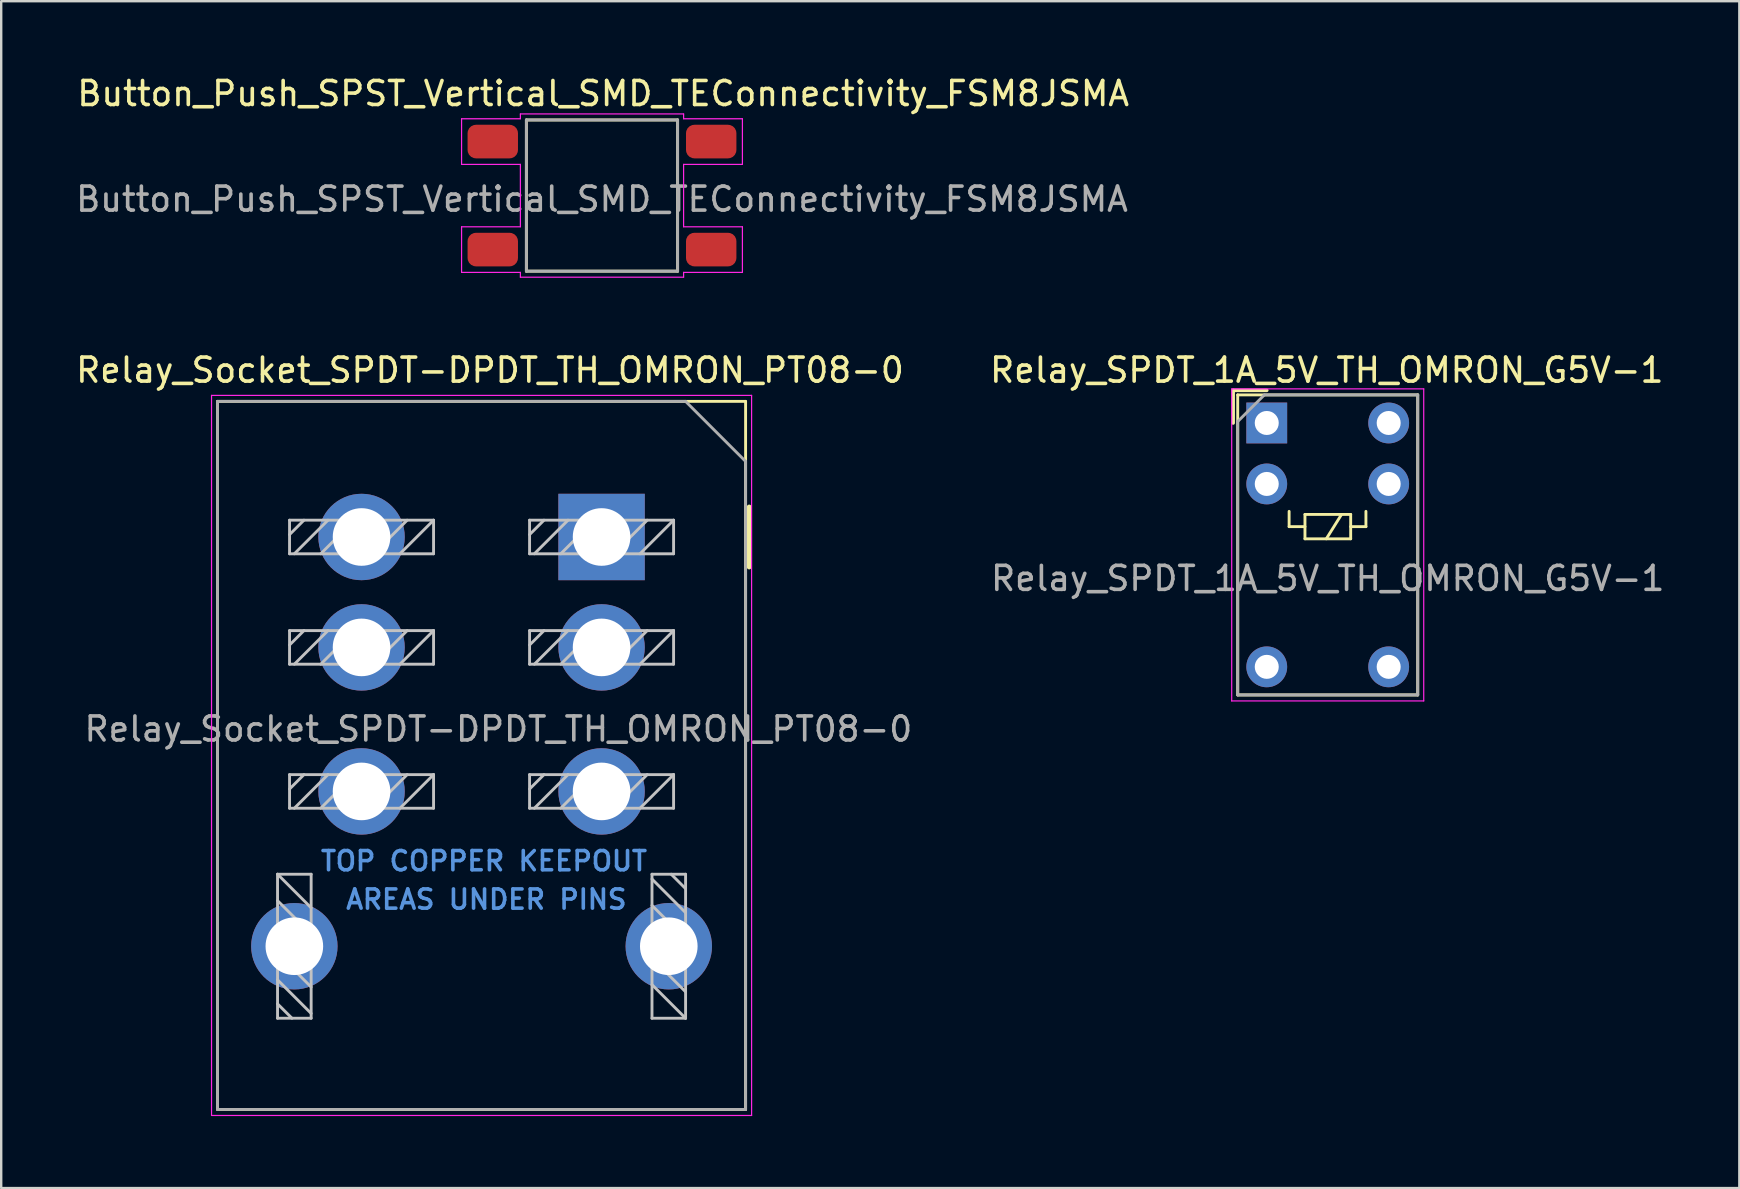
<source format=kicad_pcb>
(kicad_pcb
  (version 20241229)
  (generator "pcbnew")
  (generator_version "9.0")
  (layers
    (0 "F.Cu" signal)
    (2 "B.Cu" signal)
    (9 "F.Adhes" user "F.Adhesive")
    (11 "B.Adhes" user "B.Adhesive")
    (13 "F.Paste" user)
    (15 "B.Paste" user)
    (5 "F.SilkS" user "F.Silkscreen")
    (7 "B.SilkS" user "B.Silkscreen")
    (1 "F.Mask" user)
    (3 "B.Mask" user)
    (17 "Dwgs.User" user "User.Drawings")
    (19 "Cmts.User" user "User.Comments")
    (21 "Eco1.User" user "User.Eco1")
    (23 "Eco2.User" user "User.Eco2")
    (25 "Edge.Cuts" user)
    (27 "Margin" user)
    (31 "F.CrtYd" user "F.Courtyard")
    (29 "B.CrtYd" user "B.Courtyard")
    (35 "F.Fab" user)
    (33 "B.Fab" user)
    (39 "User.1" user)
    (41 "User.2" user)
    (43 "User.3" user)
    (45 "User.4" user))
  (footprint "Relay_Socket_SPDT-DPDT_TH_OMRON_PT08-0"
    (layer "F.Cu")
    (at 22.013 19.322)
    (property "Reference" "Relay_Socket_SPDT-DPDT_TH_OMRON_PT08-0" (at -4.65 -6.95 0) (unlocked yes) (layer "F.SilkS") (effects (font (size 1 1) (thickness 0.15))))
    (attr through_hole)
    (fp_line (start -16 -5.65) (end 6 -5.65) (stroke (width 0.12) (type solid)) (layer "F.SilkS"))
    (fp_line (start -16 23.85) (end -16 -5.65) (stroke (width 0.12) (type solid)) (layer "F.SilkS"))
    (fp_line (start 6 -5.65) (end 6 23.85) (stroke (width 0.12) (type solid)) (layer "F.SilkS"))
    (fp_line (start 6 23.85) (end -16 23.85) (stroke (width 0.12) (type solid)) (layer "F.SilkS"))
    (fp_line (start 6.15 -1.25) (end 6.15 1.25) (stroke (width 0.2) (type solid)) (layer "F.SilkS"))
    (fp_line (start -13.5 14.05) (end -12.1 14.05) (stroke (width 0.12) (type solid)) (layer "Dwgs.User"))
    (fp_line (start -13.5 20.05) (end -13.5 14.05) (stroke (width 0.12) (type solid)) (layer "Dwgs.User"))
    (fp_line (start -13 -0.7) (end -7 -0.7) (stroke (width 0.12) (type solid)) (layer "Dwgs.User"))
    (fp_line (start -13 -0.1) (end -12.4 -0.7) (stroke (width 0.12) (type solid)) (layer "Dwgs.User"))
    (fp_line (start -13 0.7) (end -13 -0.7) (stroke (width 0.12) (type solid)) (layer "Dwgs.User"))
    (fp_line (start -13 3.9) (end -7 3.9) (stroke (width 0.12) (type solid)) (layer "Dwgs.User"))
    (fp_line (start -13 4.5) (end -12.4 3.9) (stroke (width 0.12) (type solid)) (layer "Dwgs.User"))
    (fp_line (start -13 5.3) (end -13 3.9) (stroke (width 0.12) (type solid)) (layer "Dwgs.User"))
    (fp_line (start -13 9.9) (end -7 9.9) (stroke (width 0.12) (type solid)) (layer "Dwgs.User"))
    (fp_line (start -13 10.5) (end -12.4 9.9) (stroke (width 0.12) (type solid)) (layer "Dwgs.User"))
    (fp_line (start -13 11.3) (end -13 9.9) (stroke (width 0.12) (type solid)) (layer "Dwgs.User"))
    (fp_line (start -12.9 20.05) (end -13.5 19.45) (stroke (width 0.12) (type solid)) (layer "Dwgs.User"))
    (fp_line (start -12.8 0.7) (end -11.4 -0.7) (stroke (width 0.12) (type solid)) (layer "Dwgs.User"))
    (fp_line (start -12.8 5.3) (end -11.4 3.9) (stroke (width 0.12) (type solid)) (layer "Dwgs.User"))
    (fp_line (start -12.8 11.3) (end -11.4 9.9) (stroke (width 0.12) (type solid)) (layer "Dwgs.User"))
    (fp_line (start -12.1 14.05) (end -12.1 20.05) (stroke (width 0.12) (type solid)) (layer "Dwgs.User"))
    (fp_line (start -12.1 15.45) (end -13.5 14.05) (stroke (width 0.12) (type solid)) (layer "Dwgs.User"))
    (fp_line (start -12.1 16.55) (end -13.5 15.15) (stroke (width 0.12) (type solid)) (layer "Dwgs.User"))
    (fp_line (start -12.1 17.65) (end -13.5 16.25) (stroke (width 0.12) (type solid)) (layer "Dwgs.User"))
    (fp_line (start -12.1 17.65) (end -13.5 16.25) (stroke (width 0.12) (type solid)) (layer "Dwgs.User"))
    (fp_line (start -12.1 18.75) (end -13.5 17.35) (stroke (width 0.12) (type solid)) (layer "Dwgs.User"))
    (fp_line (start -12.1 19.85) (end -13.5 18.45) (stroke (width 0.12) (type solid)) (layer "Dwgs.User"))
    (fp_line (start -12.1 20.05) (end -13.5 20.05) (stroke (width 0.12) (type solid)) (layer "Dwgs.User"))
    (fp_line (start -11.7 0.7) (end -10.3 -0.7) (stroke (width 0.12) (type solid)) (layer "Dwgs.User"))
    (fp_line (start -11.7 5.3) (end -10.3 3.9) (stroke (width 0.12) (type solid)) (layer "Dwgs.User"))
    (fp_line (start -11.7 11.3) (end -10.3 9.9) (stroke (width 0.12) (type solid)) (layer "Dwgs.User"))
    (fp_line (start -10.6 0.7) (end -9.2 -0.7) (stroke (width 0.12) (type solid)) (layer "Dwgs.User"))
    (fp_line (start -10.6 0.7) (end -9.2 -0.7) (stroke (width 0.12) (type solid)) (layer "Dwgs.User"))
    (fp_line (start -10.6 5.3) (end -9.2 3.9) (stroke (width 0.12) (type solid)) (layer "Dwgs.User"))
    (fp_line (start -10.6 5.3) (end -9.2 3.9) (stroke (width 0.12) (type solid)) (layer "Dwgs.User"))
    (fp_line (start -10.6 11.3) (end -9.2 9.9) (stroke (width 0.12) (type solid)) (layer "Dwgs.User"))
    (fp_line (start -10.6 11.3) (end -9.2 9.9) (stroke (width 0.12) (type solid)) (layer "Dwgs.User"))
    (fp_line (start -9.5 0.7) (end -8.1 -0.7) (stroke (width 0.12) (type solid)) (layer "Dwgs.User"))
    (fp_line (start -9.5 5.3) (end -8.1 3.9) (stroke (width 0.12) (type solid)) (layer "Dwgs.User"))
    (fp_line (start -9.5 11.3) (end -8.1 9.9) (stroke (width 0.12) (type solid)) (layer "Dwgs.User"))
    (fp_line (start -8.4 0.7) (end -7 -0.7) (stroke (width 0.12) (type solid)) (layer "Dwgs.User"))
    (fp_line (start -8.4 5.3) (end -7 3.9) (stroke (width 0.12) (type solid)) (layer "Dwgs.User"))
    (fp_line (start -8.4 11.3) (end -7 9.9) (stroke (width 0.12) (type solid)) (layer "Dwgs.User"))
    (fp_line (start -7 -0.7) (end -7 0.7) (stroke (width 0.12) (type solid)) (layer "Dwgs.User"))
    (fp_line (start -7 0.7) (end -13 0.7) (stroke (width 0.12) (type solid)) (layer "Dwgs.User"))
    (fp_line (start -7 3.9) (end -7 5.3) (stroke (width 0.12) (type solid)) (layer "Dwgs.User"))
    (fp_line (start -7 5.3) (end -13 5.3) (stroke (width 0.12) (type solid)) (layer "Dwgs.User"))
    (fp_line (start -7 9.9) (end -7 11.3) (stroke (width 0.12) (type solid)) (layer "Dwgs.User"))
    (fp_line (start -7 11.3) (end -13 11.3) (stroke (width 0.12) (type solid)) (layer "Dwgs.User"))
    (fp_line (start -3 -0.7) (end 3 -0.7) (stroke (width 0.12) (type solid)) (layer "Dwgs.User"))
    (fp_line (start -3 -0.1) (end -2.4 -0.7) (stroke (width 0.12) (type solid)) (layer "Dwgs.User"))
    (fp_line (start -3 0.7) (end -3 -0.7) (stroke (width 0.12) (type solid)) (layer "Dwgs.User"))
    (fp_line (start -3 3.9) (end 3 3.9) (stroke (width 0.12) (type solid)) (layer "Dwgs.User"))
    (fp_line (start -3 4.5) (end -2.4 3.9) (stroke (width 0.12) (type solid)) (layer "Dwgs.User"))
    (fp_line (start -3 5.3) (end -3 3.9) (stroke (width 0.12) (type solid)) (layer "Dwgs.User"))
    (fp_line (start -3 9.9) (end 3 9.9) (stroke (width 0.12) (type solid)) (layer "Dwgs.User"))
    (fp_line (start -3 10.5) (end -2.4 9.9) (stroke (width 0.12) (type solid)) (layer "Dwgs.User"))
    (fp_line (start -3 11.3) (end -3 9.9) (stroke (width 0.12) (type solid)) (layer "Dwgs.User"))
    (fp_line (start -2.8 0.7) (end -1.4 -0.7) (stroke (width 0.12) (type solid)) (layer "Dwgs.User"))
    (fp_line (start -2.8 5.3) (end -1.4 3.9) (stroke (width 0.12) (type solid)) (layer "Dwgs.User"))
    (fp_line (start -2.8 11.3) (end -1.4 9.9) (stroke (width 0.12) (type solid)) (layer "Dwgs.User"))
    (fp_line (start -1.7 0.7) (end -0.3 -0.7) (stroke (width 0.12) (type solid)) (layer "Dwgs.User"))
    (fp_line (start -1.7 5.3) (end -0.3 3.9) (stroke (width 0.12) (type solid)) (layer "Dwgs.User"))
    (fp_line (start -1.7 11.3) (end -0.3 9.9) (stroke (width 0.12) (type solid)) (layer "Dwgs.User"))
    (fp_line (start -0.6 0.7) (end 0.8 -0.7) (stroke (width 0.12) (type solid)) (layer "Dwgs.User"))
    (fp_line (start -0.6 0.7) (end 0.8 -0.7) (stroke (width 0.12) (type solid)) (layer "Dwgs.User"))
    (fp_line (start -0.6 5.3) (end 0.8 3.9) (stroke (width 0.12) (type solid)) (layer "Dwgs.User"))
    (fp_line (start -0.6 5.3) (end 0.8 3.9) (stroke (width 0.12) (type solid)) (layer "Dwgs.User"))
    (fp_line (start -0.6 11.3) (end 0.8 9.9) (stroke (width 0.12) (type solid)) (layer "Dwgs.User"))
    (fp_line (start -0.6 11.3) (end 0.8 9.9) (stroke (width 0.12) (type solid)) (layer "Dwgs.User"))
    (fp_line (start 0.5 0.7) (end 1.9 -0.7) (stroke (width 0.12) (type solid)) (layer "Dwgs.User"))
    (fp_line (start 0.5 5.3) (end 1.9 3.9) (stroke (width 0.12) (type solid)) (layer "Dwgs.User"))
    (fp_line (start 0.5 11.3) (end 1.9 9.9) (stroke (width 0.12) (type solid)) (layer "Dwgs.User"))
    (fp_line (start 1.6 0.7) (end 3 -0.7) (stroke (width 0.12) (type solid)) (layer "Dwgs.User"))
    (fp_line (start 1.6 5.3) (end 3 3.9) (stroke (width 0.12) (type solid)) (layer "Dwgs.User"))
    (fp_line (start 1.6 11.3) (end 3 9.9) (stroke (width 0.12) (type solid)) (layer "Dwgs.User"))
    (fp_line (start 2.1 14.05) (end 3.5 14.05) (stroke (width 0.12) (type solid)) (layer "Dwgs.User"))
    (fp_line (start 2.1 14.25) (end 3.5 15.65) (stroke (width 0.12) (type solid)) (layer "Dwgs.User"))
    (fp_line (start 2.1 15.35) (end 3.5 16.75) (stroke (width 0.12) (type solid)) (layer "Dwgs.User"))
    (fp_line (start 2.1 16.45) (end 3.5 17.85) (stroke (width 0.12) (type solid)) (layer "Dwgs.User"))
    (fp_line (start 2.1 16.45) (end 3.5 17.85) (stroke (width 0.12) (type solid)) (layer "Dwgs.User"))
    (fp_line (start 2.1 17.55) (end 3.5 18.95) (stroke (width 0.12) (type solid)) (layer "Dwgs.User"))
    (fp_line (start 2.1 18.65) (end 3.5 20.05) (stroke (width 0.12) (type solid)) (layer "Dwgs.User"))
    (fp_line (start 2.1 20.05) (end 2.1 14.05) (stroke (width 0.12) (type solid)) (layer "Dwgs.User"))
    (fp_line (start 2.9 14.05) (end 3.5 14.65) (stroke (width 0.12) (type solid)) (layer "Dwgs.User"))
    (fp_line (start 3 -0.7) (end 3 0.7) (stroke (width 0.12) (type solid)) (layer "Dwgs.User"))
    (fp_line (start 3 0.7) (end -3 0.7) (stroke (width 0.12) (type solid)) (layer "Dwgs.User"))
    (fp_line (start 3 3.9) (end 3 5.3) (stroke (width 0.12) (type solid)) (layer "Dwgs.User"))
    (fp_line (start 3 5.3) (end -3 5.3) (stroke (width 0.12) (type solid)) (layer "Dwgs.User"))
    (fp_line (start 3 9.9) (end 3 11.3) (stroke (width 0.12) (type solid)) (layer "Dwgs.User"))
    (fp_line (start 3 11.3) (end -3 11.3) (stroke (width 0.12) (type solid)) (layer "Dwgs.User"))
    (fp_line (start 3.5 14.05) (end 3.5 20.05) (stroke (width 0.12) (type solid)) (layer "Dwgs.User"))
    (fp_line (start 3.5 20.05) (end 2.1 20.05) (stroke (width 0.12) (type solid)) (layer "Dwgs.User"))
    (fp_line (start -16.25 -5.9) (end 6.25 -5.9) (stroke (width 0.05) (type solid)) (layer "F.CrtYd"))
    (fp_line (start -16.25 24.1) (end -16.25 -5.9) (stroke (width 0.05) (type solid)) (layer "F.CrtYd"))
    (fp_line (start 6.25 -5.9) (end 6.25 24.1) (stroke (width 0.05) (type solid)) (layer "F.CrtYd"))
    (fp_line (start 6.25 24.1) (end -16.25 24.1) (stroke (width 0.05) (type solid)) (layer "F.CrtYd"))
    (fp_line (start -16 -5.65) (end 3.5 -5.65) (stroke (width 0.12) (type solid)) (layer "F.Fab"))
    (fp_line (start -16 23.85) (end -16 -5.65) (stroke (width 0.12) (type solid)) (layer "F.Fab"))
    (fp_line (start 3.5 -5.65) (end 6 -3.15) (stroke (width 0.12) (type solid)) (layer "F.Fab"))
    (fp_line (start 6 -3.15) (end 6 23.85) (stroke (width 0.12) (type solid)) (layer "F.Fab"))
    (fp_line (start 6 23.85) (end -16 23.85) (stroke (width 0.12) (type solid)) (layer "F.Fab"))
    (fp_text user "TOP COPPER KEEPOUT" (at -4.9 13.5 0) (layer "Cmts.User") (effects (font (size 0.8 0.8) (thickness 0.15))))
    (fp_text user "AREAS UNDER PINS" (at -4.8 15.1 0) (layer "Cmts.User") (effects (font (size 0.8 0.8) (thickness 0.15))))
    (fp_text user "${REFERENCE}" (at -4.3 8 0) (layer "F.Fab") (effects (font (size 1 1) (thickness 0.15))))
    (pad "1" thru_hole rect (at 0 0) (size 3.6 3.6) (drill 2.4) (layers "*.Cu" "*.Mask"))
    (pad "2" thru_hole circle (at -10 0) (size 3.6 3.6) (drill 2.4) (layers "*.Cu" "*.Mask"))
    (pad "3" thru_hole circle (at 0 4.6) (size 3.6 3.6) (drill 2.4) (layers "*.Cu" "*.Mask"))
    (pad "4" thru_hole circle (at -10 4.6) (size 3.6 3.6) (drill 2.4) (layers "*.Cu" "*.Mask"))
    (pad "5" thru_hole circle (at 0 10.6) (size 3.6 3.6) (drill 2.4) (layers "*.Cu" "*.Mask"))
    (pad "6" thru_hole circle (at -10 10.6) (size 3.6 3.6) (drill 2.4) (layers "*.Cu" "*.Mask"))
    (pad "7" thru_hole circle (at 2.8 17.05) (size 3.6 3.6) (drill 2.4) (layers "*.Cu" "*.Mask"))
    (pad "8" thru_hole circle (at -12.8 17.05) (size 3.6 3.6) (drill 2.4) (layers "*.Cu" "*.Mask")))
  (footprint "Button_Push_SPST_Vertical_SMD_TEConnectivity_FSM8JSMA"
    (layer "F.Cu")
    (at 22.03 5.098)
    (property "Reference" "Button_Push_SPST_Vertical_SMD_TEConnectivity_FSM8JSMA" (at 0.05 -4.25 0) (unlocked yes) (layer "F.SilkS") (effects (font (size 1 1) (thickness 0.15))))
    (attr smd)
    (fp_line (start -3.15 -3.15) (end -3.15 3.15) (stroke (width 0.12) (type solid)) (layer "F.SilkS"))
    (fp_line (start -3.15 3.15) (end 3.15 3.15) (stroke (width 0.12) (type solid)) (layer "F.SilkS"))
    (fp_line (start 3.15 -3.15) (end -3.15 -3.15) (stroke (width 0.12) (type solid)) (layer "F.SilkS"))
    (fp_line (start 3.15 3.15) (end 3.15 -3.15) (stroke (width 0.12) (type solid)) (layer "F.SilkS"))
    (fp_line (start -5.85 -3.2) (end -3.4 -3.2) (stroke (width 0.05) (type solid)) (layer "F.CrtYd"))
    (fp_line (start -5.85 -1.3) (end -5.85 -3.2) (stroke (width 0.05) (type solid)) (layer "F.CrtYd"))
    (fp_line (start -5.85 1.3) (end -3.4 1.3) (stroke (width 0.05) (type solid)) (layer "F.CrtYd"))
    (fp_line (start -5.85 3.2) (end -5.85 1.3) (stroke (width 0.05) (type solid)) (layer "F.CrtYd"))
    (fp_line (start -3.4 -3.2) (end -3.4 -3.4) (stroke (width 0.05) (type solid)) (layer "F.CrtYd"))
    (fp_line (start -3.4 -1.3) (end -5.85 -1.3) (stroke (width 0.05) (type solid)) (layer "F.CrtYd"))
    (fp_line (start -3.4 1.3) (end -3.4 -1.3) (stroke (width 0.05) (type solid)) (layer "F.CrtYd"))
    (fp_line (start -3.4 3.2) (end -5.85 3.2) (stroke (width 0.05) (type solid)) (layer "F.CrtYd"))
    (fp_line (start -3.4 3.4) (end -3.4 3.2) (stroke (width 0.05) (type solid)) (layer "F.CrtYd"))
    (fp_line (start -3.4 3.4) (end 3.4 3.4) (stroke (width 0.05) (type solid)) (layer "F.CrtYd"))
    (fp_line (start 3.4 -3.4) (end -3.4 -3.4) (stroke (width 0.05) (type solid)) (layer "F.CrtYd"))
    (fp_line (start 3.4 -3.4) (end 3.4 -3.2) (stroke (width 0.05) (type solid)) (layer "F.CrtYd"))
    (fp_line (start 3.4 -3.2) (end 5.85 -3.2) (stroke (width 0.05) (type solid)) (layer "F.CrtYd"))
    (fp_line (start 3.4 -1.3) (end 3.4 1.3) (stroke (width 0.05) (type solid)) (layer "F.CrtYd"))
    (fp_line (start 3.4 1.3) (end 5.85 1.3) (stroke (width 0.05) (type solid)) (layer "F.CrtYd"))
    (fp_line (start 3.4 3.2) (end 3.4 3.4) (stroke (width 0.05) (type solid)) (layer "F.CrtYd"))
    (fp_line (start 5.85 -3.2) (end 5.85 -1.3) (stroke (width 0.05) (type solid)) (layer "F.CrtYd"))
    (fp_line (start 5.85 -1.3) (end 3.4 -1.3) (stroke (width 0.05) (type solid)) (layer "F.CrtYd"))
    (fp_line (start 5.85 1.3) (end 5.85 3.2) (stroke (width 0.05) (type solid)) (layer "F.CrtYd"))
    (fp_line (start 5.85 3.2) (end 3.4 3.2) (stroke (width 0.05) (type solid)) (layer "F.CrtYd"))
    (fp_line (start -3.15 -3.15) (end -3.15 3.15) (stroke (width 0.12) (type solid)) (layer "F.Fab"))
    (fp_line (start -3.15 3.15) (end 3.15 3.15) (stroke (width 0.12) (type solid)) (layer "F.Fab"))
    (fp_line (start 3.15 -3.15) (end -3.15 -3.15) (stroke (width 0.12) (type solid)) (layer "F.Fab"))
    (fp_line (start 3.15 3.15) (end 3.15 -3.15) (stroke (width 0.12) (type solid)) (layer "F.Fab"))
    (fp_text user "${REFERENCE}" (at 0 0.15 0) (layer "F.Fab") (effects (font (size 1 1) (thickness 0.15))))
    (pad "1" smd roundrect (at -4.55 -2.25) (size 2.1 1.4) (layers "F.Cu" "F.Mask" "F.Paste") (roundrect_rratio 0.25))
    (pad "2" smd roundrect (at 4.55 -2.25) (size 2.1 1.4) (layers "F.Cu" "F.Mask" "F.Paste") (roundrect_rratio 0.25))
    (pad "3" smd roundrect (at -4.55 2.25) (size 2.1 1.4) (layers "F.Cu" "F.Mask" "F.Paste") (roundrect_rratio 0.25))
    (pad "4" smd roundrect (at 4.55 2.25) (size 2.1 1.4) (layers "F.Cu" "F.Mask" "F.Paste") (roundrect_rratio 0.25)))
  (footprint "Relay_SPDT_1A_5V_TH_OMRON_G5V-1"
    (layer "F.Cu")
    (at 49.725 14.572)
    (property "Reference" "Relay_SPDT_1A_5V_TH_OMRON_G5V-1" (at 2.5 -2.2 0) (unlocked yes) (layer "F.SilkS") (effects (font (size 1 1) (thickness 0.15))))
    (attr through_hole)
    (fp_line (start -1.4 0) (end -1.4 -1.36) (stroke (width 0.15) (type solid)) (layer "F.SilkS"))
    (fp_line (start -1.21 -1.17) (end 6.29 -1.17) (stroke (width 0.12) (type solid)) (layer "F.SilkS"))
    (fp_line (start -1.21 11.33) (end -1.21 -1.17) (stroke (width 0.12) (type solid)) (layer "F.SilkS"))
    (fp_line (start 0 -1.36) (end -1.4 -1.36) (stroke (width 0.15) (type solid)) (layer "F.SilkS"))
    (fp_line (start 0.932 3.683) (end 0.932 4.318) (stroke (width 0.12) (type solid)) (layer "F.SilkS"))
    (fp_line (start 0.932 4.318) (end 1.592 4.318) (stroke (width 0.12) (type solid)) (layer "F.SilkS"))
    (fp_line (start 1.592 3.81) (end 1.592 4.826) (stroke (width 0.12) (type solid)) (layer "F.SilkS"))
    (fp_line (start 1.592 4.826) (end 3.497 4.826) (stroke (width 0.12) (type solid)) (layer "F.SilkS"))
    (fp_line (start 3.116 3.81) (end 2.481 4.826) (stroke (width 0.12) (type solid)) (layer "F.SilkS"))
    (fp_line (start 3.497 3.81) (end 1.592 3.81) (stroke (width 0.12) (type solid)) (layer "F.SilkS"))
    (fp_line (start 3.497 3.81) (end 3.497 4.826) (stroke (width 0.12) (type solid)) (layer "F.SilkS"))
    (fp_line (start 4.132 3.683) (end 4.132 4.318) (stroke (width 0.12) (type solid)) (layer "F.SilkS"))
    (fp_line (start 4.132 4.318) (end 3.497 4.318) (stroke (width 0.12) (type solid)) (layer "F.SilkS"))
    (fp_line (start 6.29 -1.17) (end 6.29 11.33) (stroke (width 0.12) (type solid)) (layer "F.SilkS"))
    (fp_line (start 6.29 11.33) (end -1.21 11.33) (stroke (width 0.12) (type solid)) (layer "F.SilkS"))
    (fp_line (start -1.46 11.58) (end -1.46 -1.42) (stroke (width 0.05) (type solid)) (layer "F.CrtYd"))
    (fp_line (start -1.46 11.58) (end 6.54 11.58) (stroke (width 0.05) (type solid)) (layer "F.CrtYd"))
    (fp_line (start 6.54 -1.42) (end -1.46 -1.42) (stroke (width 0.05) (type solid)) (layer "F.CrtYd"))
    (fp_line (start 6.54 -1.42) (end 6.54 11.58) (stroke (width 0.05) (type solid)) (layer "F.CrtYd"))
    (fp_line (start -1.21 -0.06) (end -0.1 -1.17) (stroke (width 0.12) (type solid)) (layer "F.Fab"))
    (fp_line (start -1.21 11.33) (end -1.21 -0.06) (stroke (width 0.12) (type solid)) (layer "F.Fab"))
    (fp_line (start -0.1 -1.17) (end 6.29 -1.17) (stroke (width 0.12) (type solid)) (layer "F.Fab"))
    (fp_line (start 6.29 -1.17) (end 6.29 11.33) (stroke (width 0.12) (type solid)) (layer "F.Fab"))
    (fp_line (start 6.29 11.33) (end -1.21 11.33) (stroke (width 0.12) (type solid)) (layer "F.Fab"))
    (fp_text user "${REFERENCE}" (at 2.54 6.477 0) (layer "F.Fab") (effects (font (size 1 1) (thickness 0.15))))
    (pad "1" thru_hole rect (at 0 0) (size 1.7 1.7) (drill 1) (layers "*.Cu" "*.Mask"))
    (pad "2" thru_hole circle (at 0 2.54) (size 1.7 1.7) (drill 1) (layers "*.Cu" "*.Mask"))
    (pad "5" thru_hole circle (at 0 10.16) (size 1.7 1.7) (drill 1) (layers "*.Cu" "*.Mask"))
    (pad "6" thru_hole circle (at 5.08 10.16) (size 1.7 1.7) (drill 1) (layers "*.Cu" "*.Mask"))
    (pad "9" thru_hole circle (at 5.08 2.54) (size 1.7 1.7) (drill 1) (layers "*.Cu" "*.Mask"))
    (pad "10" thru_hole circle (at 5.08 0) (size 1.7 1.7) (drill 1) (layers "*.Cu" "*.Mask")))
  (gr_rect
    (start -3 -3)
    (end 69.414 46.447)
    (stroke (width 0.1) (type default))
    (fill no)
    (layer "Edge.Cuts")))
</source>
